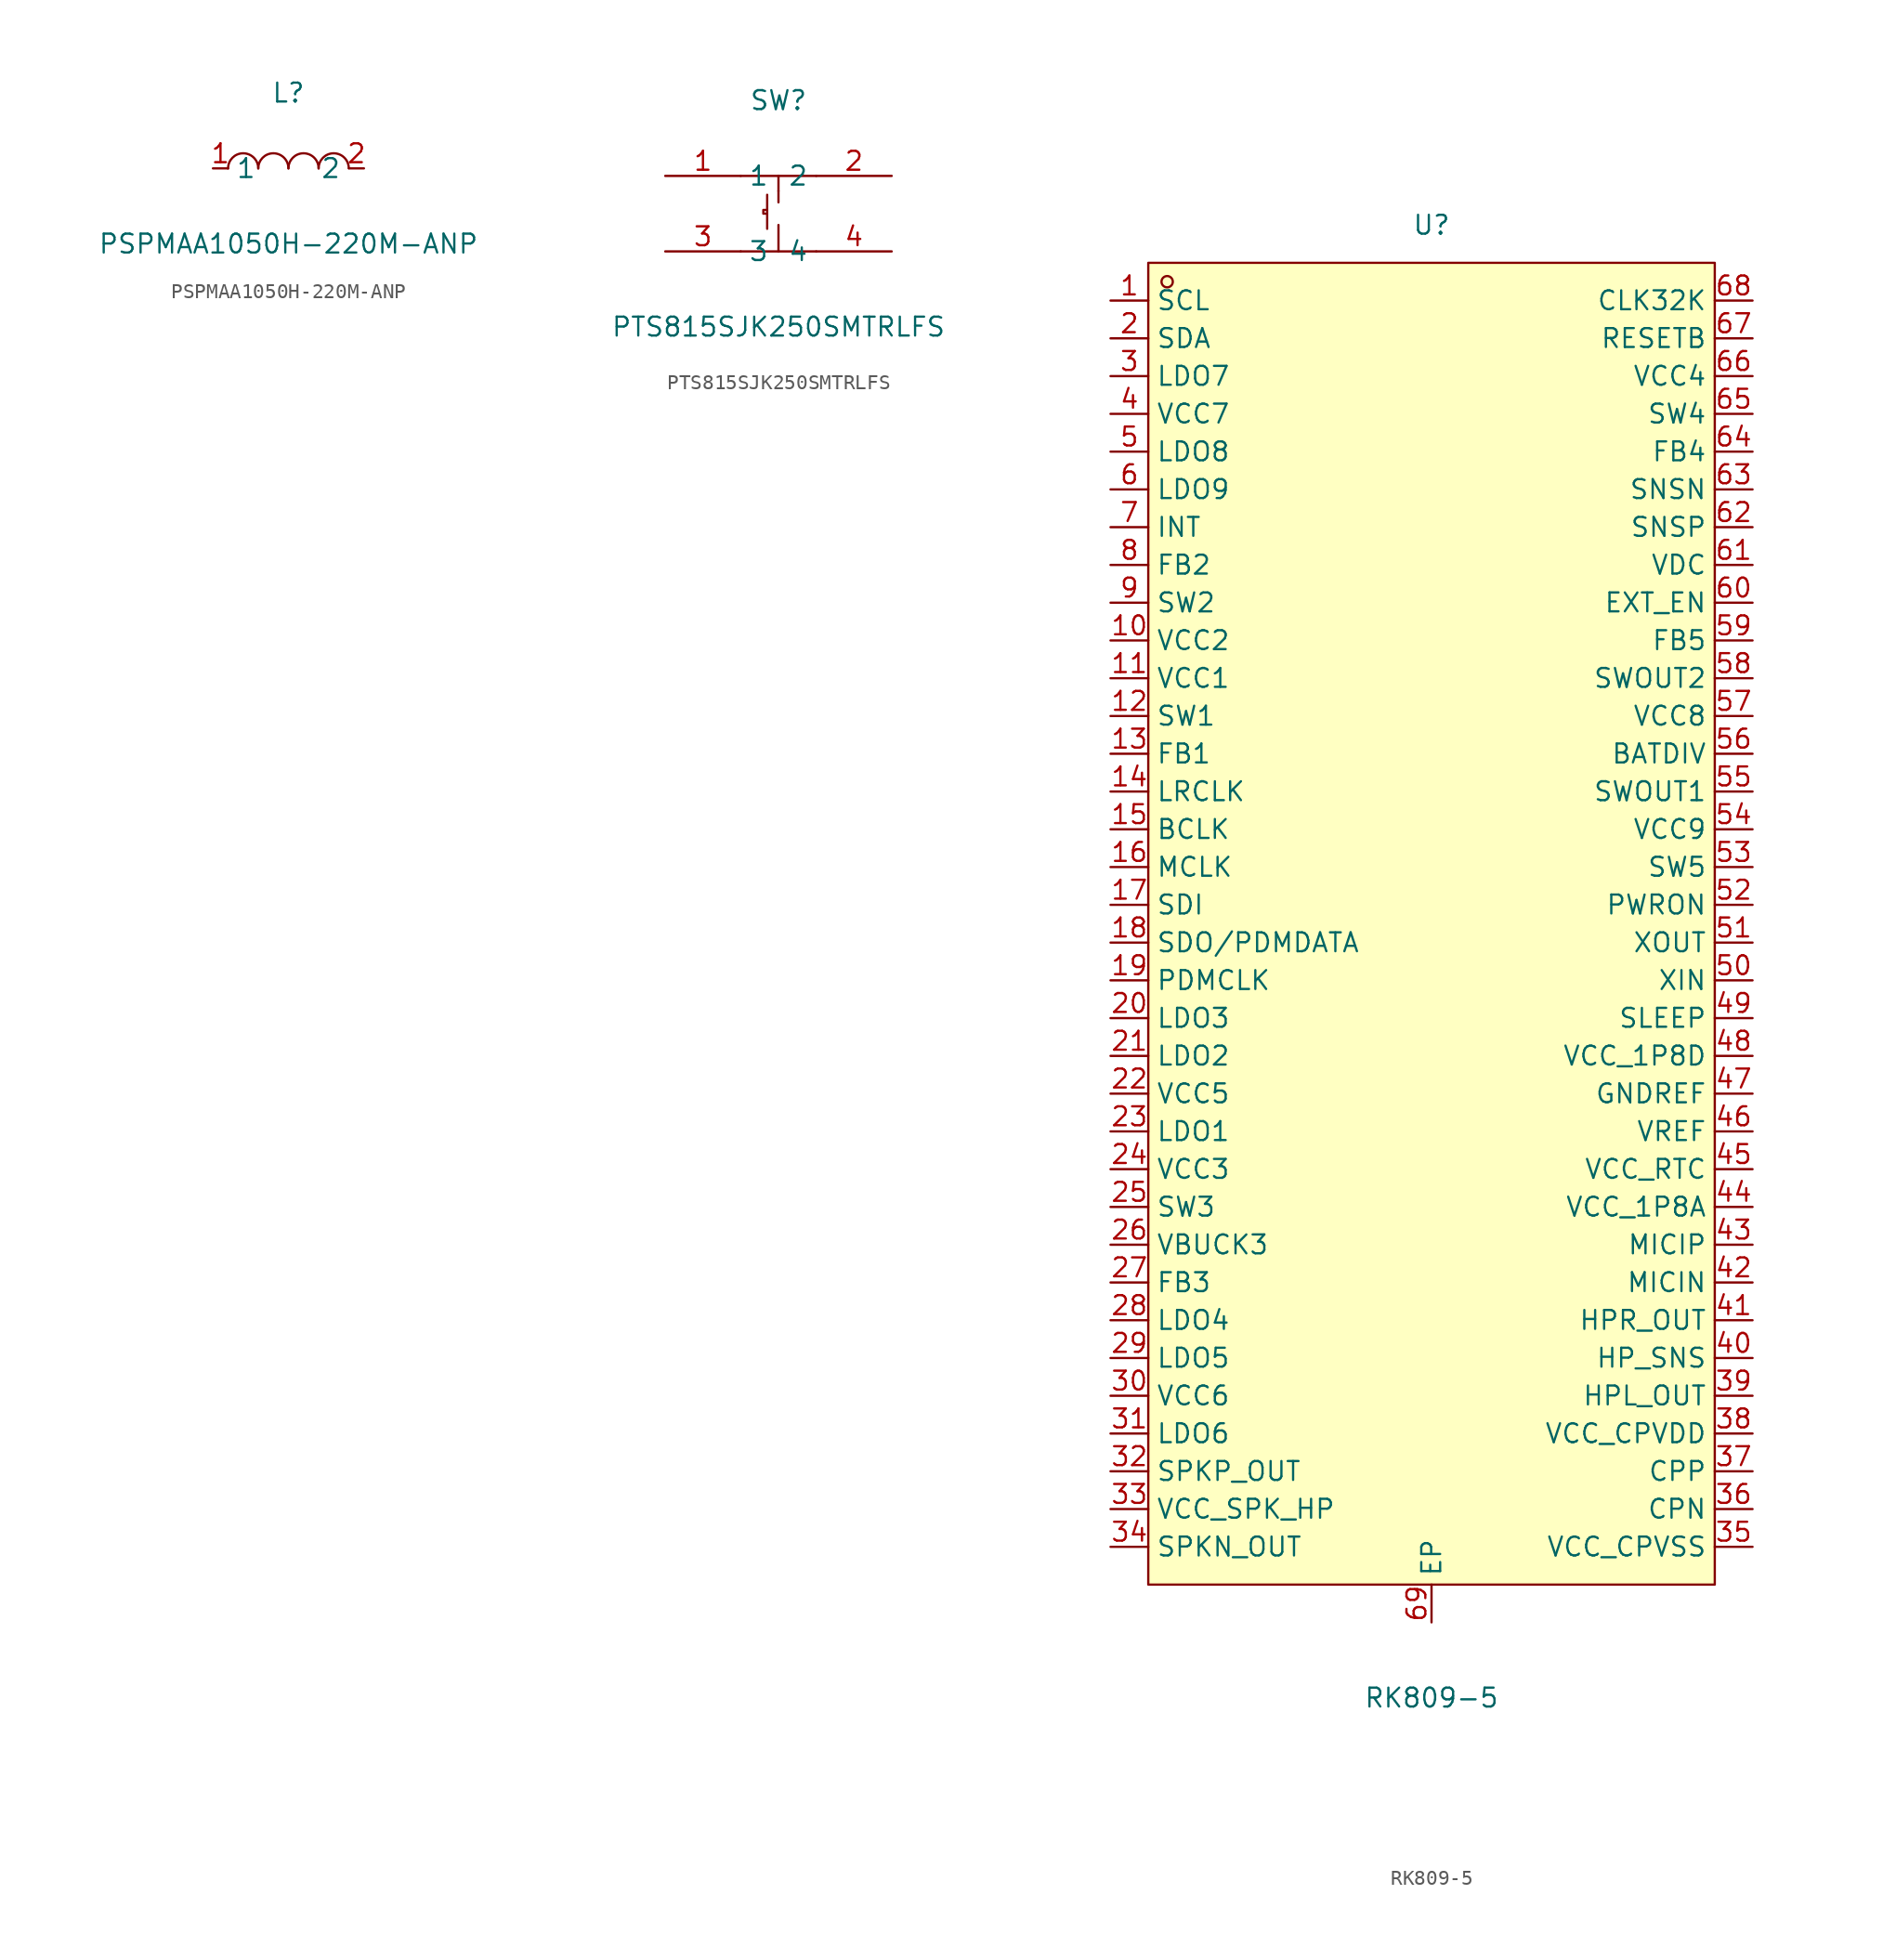
<source format=kicad_sym>
(kicad_symbol_lib
  (version 20241209)
  (generator "kicad_symbol_editor")
  (generator_version "9.0")
  (symbol "PSPMAA1050H-220M-ANP"
    (property "Reference" "L"
      (at 0 5.08 0)
      (effects (font (size 1.27 1.27))))
    (property "Value" "PSPMAA1050H-220M-ANP"
      (at 0 -5.08 0)
      (effects (font (size 1.27 1.27))))
    (symbol "PSPMAA1050H-220M-ANP_0_1"
      (arc (start -4.06 -0.01) (mid -2.83 0.99) (end -2.03 0.01) (stroke (width 0) (type default) (color 0 0 0 0)) (fill (type none)))
      (arc (start -2.03 -0.01) (mid -0.80 0.99) (end 0.00 0.01) (stroke (width 0) (type default) (color 0 0 0 0)) (fill (type none)))
      (arc (start 2.03 -0.01) (mid 3.26 0.99) (end 4.06 0.01) (stroke (width 0) (type default) (color 0 0 0 0)) (fill (type none)))
      (arc (start 0.00 -0.01) (mid 1.23 0.99) (end 2.03 0.01) (stroke (width 0) (type default) (color 0 0 0 0)) (fill (type none)))
      (pin unspecified line (at 5.08 -0.00 180) (length 1.016) (name "2" (effects (font (size 1.27 1.27)))) (number "2" (effects (font (size 1.27 1.27)))))
      (pin unspecified line (at -5.08 -0.00 0) (length 1.016) (name "1" (effects (font (size 1.27 1.27)))) (number "1" (effects (font (size 1.27 1.27)))))))
  (symbol "PTS815SJK250SMTRLFS"
    (property "Reference" "SW"
      (at 0 7.62 0)
      (effects (font (size 1.27 1.27))))
    (property "Value" "PTS815SJK250SMTRLFS"
      (at 0 -7.62 0)
      (effects (font (size 1.27 1.27))))
    (symbol "PTS815SJK250SMTRLFS_0_1"
      (polyline (pts (xy -2.54 2.54) (xy 2.54 2.54)) (stroke (width 0) (type default)) (fill (type none)))
      (polyline (pts (xy -2.54 -2.54) (xy 2.54 -2.54)) (stroke (width 0) (type default)) (fill (type none)))
      (polyline (pts (xy -0.76 1.27) (xy -0.76 -1.02)) (stroke (width 0) (type default)) (fill (type none)))
      (polyline (pts (xy -0.76 0.25) (xy -1.02 0.25) (xy -1.02 0) (xy -0.76 0)) (stroke (width 0) (type default)) (fill (type none)))
      (polyline (pts (xy 0 2.54) (xy 0 1.52)) (stroke (width 0) (type default)) (fill (type none)))
      (polyline (pts (xy 0 1.52) (xy 0 0.76)) (stroke (width 0) (type default)) (fill (type none)))
      (polyline (pts (xy 0 -2.54) (xy 0 -0.76)) (stroke (width 0) (type default)) (fill (type none)))
      (pin unspecified line (at -7.62 2.54 0) (length 5.08) (name "1" (effects (font (size 1.27 1.27)))) (number "1" (effects (font (size 1.27 1.27)))))
      (pin unspecified line (at -7.62 -2.54 0) (length 5.08) (name "3" (effects (font (size 1.27 1.27)))) (number "3" (effects (font (size 1.27 1.27)))))
      (pin unspecified line (at 7.62 2.54 180) (length 5.08) (name "2" (effects (font (size 1.27 1.27)))) (number "2" (effects (font (size 1.27 1.27)))))
      (pin unspecified line (at 7.62 -2.54 180) (length 5.08) (name "4" (effects (font (size 1.27 1.27)))) (number "4" (effects (font (size 1.27 1.27)))))))
  (symbol "RK809-5"
    (property "Reference" "U"
      (at 0 46.99 0)
      (effects (font (size 1.27 1.27))))
    (property "Value" "RK809-5"
      (at 0 -52.07 0)
      (effects (font (size 1.27 1.27))))
    (symbol "RK809-5_0_1"
      (rectangle (start -19.05 44.45) (end 19.05 -44.45) (stroke (width 0) (type default)) (fill (type background)))
      (circle (center -17.78 43.18) (radius 0.38) (stroke (width 0) (type default)) (fill (type none)))
      (pin unspecified line (at -21.59 41.91 0) (length 2.54) (name "SCL" (effects (font (size 1.27 1.27)))) (number "1" (effects (font (size 1.27 1.27)))))
      (pin unspecified line (at -21.59 39.37 0) (length 2.54) (name "SDA" (effects (font (size 1.27 1.27)))) (number "2" (effects (font (size 1.27 1.27)))))
      (pin unspecified line (at -21.59 36.83 0) (length 2.54) (name "LDO7" (effects (font (size 1.27 1.27)))) (number "3" (effects (font (size 1.27 1.27)))))
      (pin unspecified line (at -21.59 34.29 0) (length 2.54) (name "VCC7" (effects (font (size 1.27 1.27)))) (number "4" (effects (font (size 1.27 1.27)))))
      (pin unspecified line (at -21.59 31.75 0) (length 2.54) (name "LDO8" (effects (font (size 1.27 1.27)))) (number "5" (effects (font (size 1.27 1.27)))))
      (pin unspecified line (at -21.59 29.21 0) (length 2.54) (name "LDO9" (effects (font (size 1.27 1.27)))) (number "6" (effects (font (size 1.27 1.27)))))
      (pin unspecified line (at -21.59 26.67 0) (length 2.54) (name "INT" (effects (font (size 1.27 1.27)))) (number "7" (effects (font (size 1.27 1.27)))))
      (pin unspecified line (at -21.59 24.13 0) (length 2.54) (name "FB2" (effects (font (size 1.27 1.27)))) (number "8" (effects (font (size 1.27 1.27)))))
      (pin unspecified line (at -21.59 21.59 0) (length 2.54) (name "SW2" (effects (font (size 1.27 1.27)))) (number "9" (effects (font (size 1.27 1.27)))))
      (pin unspecified line (at -21.59 19.05 0) (length 2.54) (name "VCC2" (effects (font (size 1.27 1.27)))) (number "10" (effects (font (size 1.27 1.27)))))
      (pin unspecified line (at -21.59 16.51 0) (length 2.54) (name "VCC1" (effects (font (size 1.27 1.27)))) (number "11" (effects (font (size 1.27 1.27)))))
      (pin unspecified line (at -21.59 13.97 0) (length 2.54) (name "SW1" (effects (font (size 1.27 1.27)))) (number "12" (effects (font (size 1.27 1.27)))))
      (pin unspecified line (at -21.59 11.43 0) (length 2.54) (name "FB1" (effects (font (size 1.27 1.27)))) (number "13" (effects (font (size 1.27 1.27)))))
      (pin unspecified line (at -21.59 8.89 0) (length 2.54) (name "LRCLK" (effects (font (size 1.27 1.27)))) (number "14" (effects (font (size 1.27 1.27)))))
      (pin unspecified line (at -21.59 6.35 0) (length 2.54) (name "BCLK" (effects (font (size 1.27 1.27)))) (number "15" (effects (font (size 1.27 1.27)))))
      (pin unspecified line (at -21.59 3.81 0) (length 2.54) (name "MCLK" (effects (font (size 1.27 1.27)))) (number "16" (effects (font (size 1.27 1.27)))))
      (pin unspecified line (at -21.59 1.27 0) (length 2.54) (name "SDI" (effects (font (size 1.27 1.27)))) (number "17" (effects (font (size 1.27 1.27)))))
      (pin unspecified line (at -21.59 -1.27 0) (length 2.54) (name "SDO/PDMDATA" (effects (font (size 1.27 1.27)))) (number "18" (effects (font (size 1.27 1.27)))))
      (pin unspecified line (at -21.59 -3.81 0) (length 2.54) (name "PDMCLK" (effects (font (size 1.27 1.27)))) (number "19" (effects (font (size 1.27 1.27)))))
      (pin unspecified line (at -21.59 -6.35 0) (length 2.54) (name "LDO3" (effects (font (size 1.27 1.27)))) (number "20" (effects (font (size 1.27 1.27)))))
      (pin unspecified line (at -21.59 -8.89 0) (length 2.54) (name "LDO2" (effects (font (size 1.27 1.27)))) (number "21" (effects (font (size 1.27 1.27)))))
      (pin unspecified line (at -21.59 -11.43 0) (length 2.54) (name "VCC5" (effects (font (size 1.27 1.27)))) (number "22" (effects (font (size 1.27 1.27)))))
      (pin unspecified line (at -21.59 -13.97 0) (length 2.54) (name "LDO1" (effects (font (size 1.27 1.27)))) (number "23" (effects (font (size 1.27 1.27)))))
      (pin unspecified line (at -21.59 -16.51 0) (length 2.54) (name "VCC3" (effects (font (size 1.27 1.27)))) (number "24" (effects (font (size 1.27 1.27)))))
      (pin unspecified line (at -21.59 -19.05 0) (length 2.54) (name "SW3" (effects (font (size 1.27 1.27)))) (number "25" (effects (font (size 1.27 1.27)))))
      (pin unspecified line (at -21.59 -21.59 0) (length 2.54) (name "VBUCK3" (effects (font (size 1.27 1.27)))) (number "26" (effects (font (size 1.27 1.27)))))
      (pin unspecified line (at -21.59 -24.13 0) (length 2.54) (name "FB3" (effects (font (size 1.27 1.27)))) (number "27" (effects (font (size 1.27 1.27)))))
      (pin unspecified line (at -21.59 -26.67 0) (length 2.54) (name "LDO4" (effects (font (size 1.27 1.27)))) (number "28" (effects (font (size 1.27 1.27)))))
      (pin unspecified line (at -21.59 -29.21 0) (length 2.54) (name "LDO5" (effects (font (size 1.27 1.27)))) (number "29" (effects (font (size 1.27 1.27)))))
      (pin unspecified line (at -21.59 -31.75 0) (length 2.54) (name "VCC6" (effects (font (size 1.27 1.27)))) (number "30" (effects (font (size 1.27 1.27)))))
      (pin unspecified line (at -21.59 -34.29 0) (length 2.54) (name "LDO6" (effects (font (size 1.27 1.27)))) (number "31" (effects (font (size 1.27 1.27)))))
      (pin unspecified line (at -21.59 -36.83 0) (length 2.54) (name "SPKP_OUT" (effects (font (size 1.27 1.27)))) (number "32" (effects (font (size 1.27 1.27)))))
      (pin unspecified line (at -21.59 -39.37 0) (length 2.54) (name "VCC_SPK_HP" (effects (font (size 1.27 1.27)))) (number "33" (effects (font (size 1.27 1.27)))))
      (pin unspecified line (at -21.59 -41.91 0) (length 2.54) (name "SPKN_OUT" (effects (font (size 1.27 1.27)))) (number "34" (effects (font (size 1.27 1.27)))))
      (pin unspecified line (at 0 -46.99 90) (length 2.54) (name "EP" (effects (font (size 1.27 1.27)))) (number "69" (effects (font (size 1.27 1.27)))))
      (pin unspecified line (at 21.59 41.91 180) (length 2.54) (name "CLK32K" (effects (font (size 1.27 1.27)))) (number "68" (effects (font (size 1.27 1.27)))))
      (pin unspecified line (at 21.59 39.37 180) (length 2.54) (name "RESETB" (effects (font (size 1.27 1.27)))) (number "67" (effects (font (size 1.27 1.27)))))
      (pin unspecified line (at 21.59 36.83 180) (length 2.54) (name "VCC4" (effects (font (size 1.27 1.27)))) (number "66" (effects (font (size 1.27 1.27)))))
      (pin unspecified line (at 21.59 34.29 180) (length 2.54) (name "SW4" (effects (font (size 1.27 1.27)))) (number "65" (effects (font (size 1.27 1.27)))))
      (pin unspecified line (at 21.59 31.75 180) (length 2.54) (name "FB4" (effects (font (size 1.27 1.27)))) (number "64" (effects (font (size 1.27 1.27)))))
      (pin unspecified line (at 21.59 29.21 180) (length 2.54) (name "SNSN" (effects (font (size 1.27 1.27)))) (number "63" (effects (font (size 1.27 1.27)))))
      (pin unspecified line (at 21.59 26.67 180) (length 2.54) (name "SNSP" (effects (font (size 1.27 1.27)))) (number "62" (effects (font (size 1.27 1.27)))))
      (pin unspecified line (at 21.59 24.13 180) (length 2.54) (name "VDC" (effects (font (size 1.27 1.27)))) (number "61" (effects (font (size 1.27 1.27)))))
      (pin unspecified line (at 21.59 21.59 180) (length 2.54) (name "EXT_EN" (effects (font (size 1.27 1.27)))) (number "60" (effects (font (size 1.27 1.27)))))
      (pin unspecified line (at 21.59 19.05 180) (length 2.54) (name "FB5" (effects (font (size 1.27 1.27)))) (number "59" (effects (font (size 1.27 1.27)))))
      (pin unspecified line (at 21.59 16.51 180) (length 2.54) (name "SWOUT2" (effects (font (size 1.27 1.27)))) (number "58" (effects (font (size 1.27 1.27)))))
      (pin unspecified line (at 21.59 13.97 180) (length 2.54) (name "VCC8" (effects (font (size 1.27 1.27)))) (number "57" (effects (font (size 1.27 1.27)))))
      (pin unspecified line (at 21.59 11.43 180) (length 2.54) (name "BATDIV" (effects (font (size 1.27 1.27)))) (number "56" (effects (font (size 1.27 1.27)))))
      (pin unspecified line (at 21.59 8.89 180) (length 2.54) (name "SWOUT1" (effects (font (size 1.27 1.27)))) (number "55" (effects (font (size 1.27 1.27)))))
      (pin unspecified line (at 21.59 6.35 180) (length 2.54) (name "VCC9" (effects (font (size 1.27 1.27)))) (number "54" (effects (font (size 1.27 1.27)))))
      (pin unspecified line (at 21.59 3.81 180) (length 2.54) (name "SW5" (effects (font (size 1.27 1.27)))) (number "53" (effects (font (size 1.27 1.27)))))
      (pin unspecified line (at 21.59 1.27 180) (length 2.54) (name "PWRON" (effects (font (size 1.27 1.27)))) (number "52" (effects (font (size 1.27 1.27)))))
      (pin unspecified line (at 21.59 -1.27 180) (length 2.54) (name "XOUT" (effects (font (size 1.27 1.27)))) (number "51" (effects (font (size 1.27 1.27)))))
      (pin unspecified line (at 21.59 -3.81 180) (length 2.54) (name "XIN" (effects (font (size 1.27 1.27)))) (number "50" (effects (font (size 1.27 1.27)))))
      (pin unspecified line (at 21.59 -6.35 180) (length 2.54) (name "SLEEP" (effects (font (size 1.27 1.27)))) (number "49" (effects (font (size 1.27 1.27)))))
      (pin unspecified line (at 21.59 -8.89 180) (length 2.54) (name "VCC_1P8D" (effects (font (size 1.27 1.27)))) (number "48" (effects (font (size 1.27 1.27)))))
      (pin unspecified line (at 21.59 -11.43 180) (length 2.54) (name "GNDREF" (effects (font (size 1.27 1.27)))) (number "47" (effects (font (size 1.27 1.27)))))
      (pin unspecified line (at 21.59 -13.97 180) (length 2.54) (name "VREF" (effects (font (size 1.27 1.27)))) (number "46" (effects (font (size 1.27 1.27)))))
      (pin unspecified line (at 21.59 -16.51 180) (length 2.54) (name "VCC_RTC" (effects (font (size 1.27 1.27)))) (number "45" (effects (font (size 1.27 1.27)))))
      (pin unspecified line (at 21.59 -19.05 180) (length 2.54) (name "VCC_1P8A" (effects (font (size 1.27 1.27)))) (number "44" (effects (font (size 1.27 1.27)))))
      (pin unspecified line (at 21.59 -21.59 180) (length 2.54) (name "MICIP" (effects (font (size 1.27 1.27)))) (number "43" (effects (font (size 1.27 1.27)))))
      (pin unspecified line (at 21.59 -24.13 180) (length 2.54) (name "MICIN" (effects (font (size 1.27 1.27)))) (number "42" (effects (font (size 1.27 1.27)))))
      (pin unspecified line (at 21.59 -26.67 180) (length 2.54) (name "HPR_OUT" (effects (font (size 1.27 1.27)))) (number "41" (effects (font (size 1.27 1.27)))))
      (pin unspecified line (at 21.59 -29.21 180) (length 2.54) (name "HP_SNS" (effects (font (size 1.27 1.27)))) (number "40" (effects (font (size 1.27 1.27)))))
      (pin unspecified line (at 21.59 -31.75 180) (length 2.54) (name "HPL_OUT" (effects (font (size 1.27 1.27)))) (number "39" (effects (font (size 1.27 1.27)))))
      (pin unspecified line (at 21.59 -34.29 180) (length 2.54) (name "VCC_CPVDD" (effects (font (size 1.27 1.27)))) (number "38" (effects (font (size 1.27 1.27)))))
      (pin unspecified line (at 21.59 -36.83 180) (length 2.54) (name "CPP" (effects (font (size 1.27 1.27)))) (number "37" (effects (font (size 1.27 1.27)))))
      (pin unspecified line (at 21.59 -39.37 180) (length 2.54) (name "CPN" (effects (font (size 1.27 1.27)))) (number "36" (effects (font (size 1.27 1.27)))))
      (pin unspecified line (at 21.59 -41.91 180) (length 2.54) (name "VCC_CPVSS" (effects (font (size 1.27 1.27)))) (number "35" (effects (font (size 1.27 1.27))))))))
</source>
